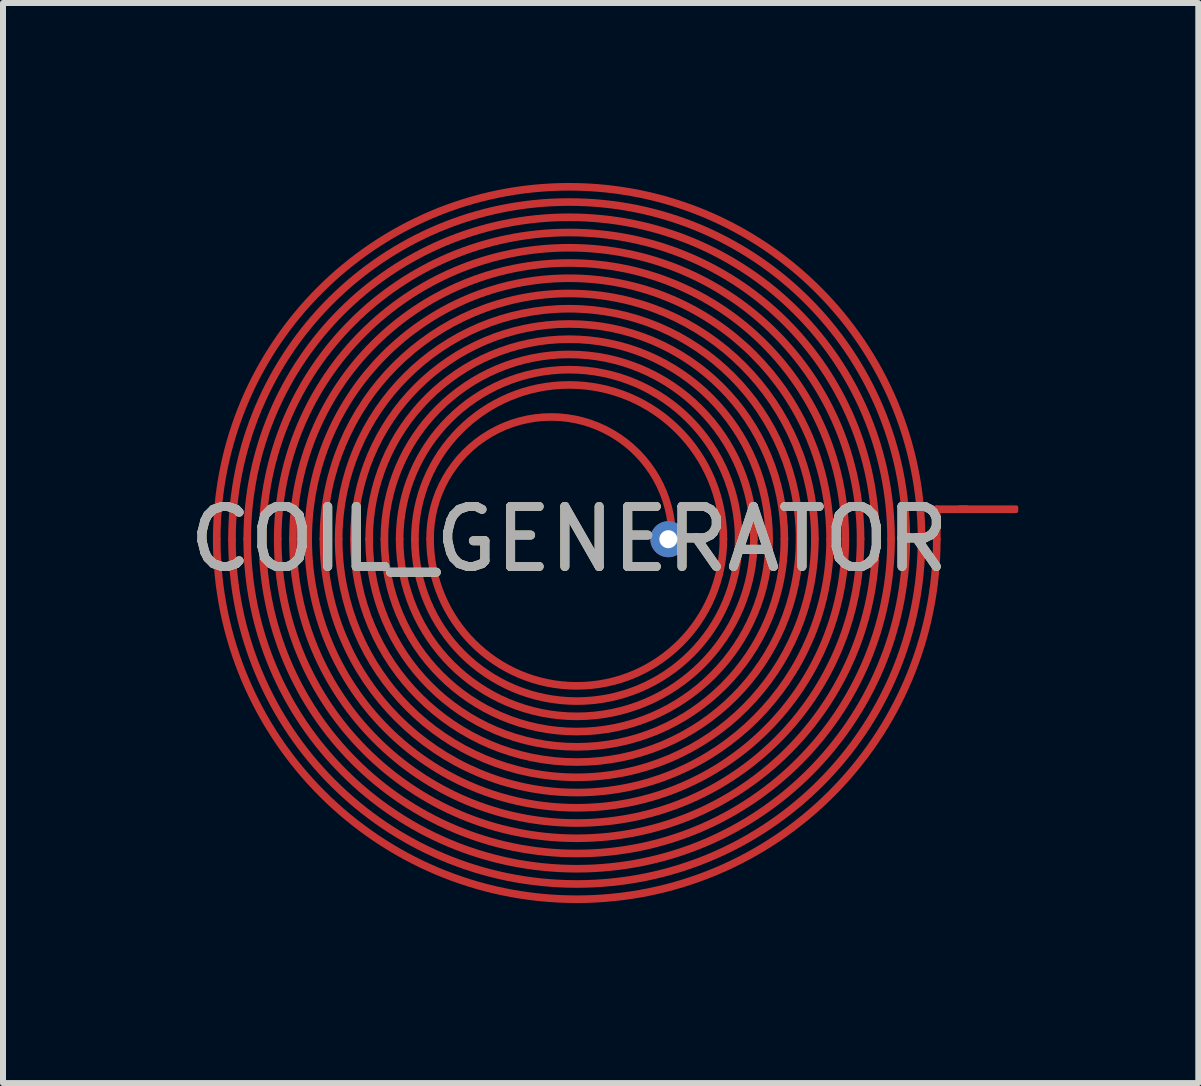
<source format=kicad_pcb>
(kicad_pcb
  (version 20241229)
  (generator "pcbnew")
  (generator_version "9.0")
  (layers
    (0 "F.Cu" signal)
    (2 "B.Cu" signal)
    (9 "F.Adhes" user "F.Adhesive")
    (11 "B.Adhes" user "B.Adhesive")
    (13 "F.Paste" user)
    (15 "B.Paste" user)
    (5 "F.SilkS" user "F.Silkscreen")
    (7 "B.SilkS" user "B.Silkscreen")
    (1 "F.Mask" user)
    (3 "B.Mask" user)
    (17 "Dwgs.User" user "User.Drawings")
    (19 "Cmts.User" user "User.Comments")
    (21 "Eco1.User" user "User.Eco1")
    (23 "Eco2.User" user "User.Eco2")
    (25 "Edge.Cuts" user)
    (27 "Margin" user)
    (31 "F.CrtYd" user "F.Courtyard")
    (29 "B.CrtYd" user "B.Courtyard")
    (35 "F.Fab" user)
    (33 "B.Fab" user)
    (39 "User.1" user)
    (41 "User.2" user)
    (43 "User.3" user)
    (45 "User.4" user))
  (footprint "COIL_GENERATOR"
    (layer "F.Cu")
    (at 6.435 5.936)
    (property "Reference" "COIL_GENERATOR" (at 0 0 0) (unlocked yes) (layer "F.SilkS") (effects (font (size 1 1) (thickness 0.15))))
    (attr smd)
    (fp_line (start 6.127 -0.5) (end 6.627 -0.5) (stroke (width 0.127) (type solid)) (layer "F.Cu"))
    (fp_line (start 6.127 0) (end 6.127 -0.5) (stroke (width 0.127) (type solid)) (layer "F.Cu"))
    (fp_arc (start -5.873 0) (mid 0 -5.873) (end 5.873 0) (stroke (width 0.127) (type solid)) (layer "F.Cu"))
    (fp_arc (start -5.619 0) (mid 0 -5.619) (end 5.619 0) (stroke (width 0.127) (type solid)) (layer "F.Cu"))
    (fp_arc (start -5.365 0) (mid 0 -5.365) (end 5.365 0) (stroke (width 0.127) (type solid)) (layer "F.Cu"))
    (fp_arc (start -5.111 0) (mid 0 -5.111) (end 5.111 0) (stroke (width 0.127) (type solid)) (layer "F.Cu"))
    (fp_arc (start -4.857 0) (mid 0 -4.857) (end 4.857 0) (stroke (width 0.127) (type solid)) (layer "F.Cu"))
    (fp_arc (start -4.603 0) (mid 0 -4.603) (end 4.603 0) (stroke (width 0.127) (type solid)) (layer "F.Cu"))
    (fp_arc (start -4.349 0) (mid 0 -4.349) (end 4.349 0) (stroke (width 0.127) (type solid)) (layer "F.Cu"))
    (fp_arc (start -4.095 0) (mid 0 -4.095) (end 4.095 0) (stroke (width 0.127) (type solid)) (layer "F.Cu"))
    (fp_arc (start -3.841 0) (mid 0 -3.841) (end 3.841 0) (stroke (width 0.127) (type solid)) (layer "F.Cu"))
    (fp_arc (start -3.587 0) (mid 0 -3.587) (end 3.587 0) (stroke (width 0.127) (type solid)) (layer "F.Cu"))
    (fp_arc (start -3.333 0) (mid 0 -3.333) (end 3.333 0) (stroke (width 0.127) (type solid)) (layer "F.Cu"))
    (fp_arc (start -3.079 0) (mid 0 -3.079) (end 3.079 0) (stroke (width 0.127) (type solid)) (layer "F.Cu"))
    (fp_arc (start -2.825 0) (mid 0 -2.825) (end 2.825 0) (stroke (width 0.127) (type solid)) (layer "F.Cu"))
    (fp_arc (start -2.571 0) (mid 0 -2.571) (end 2.571 0) (stroke (width 0.127) (type solid)) (layer "F.Cu"))
    (fp_arc (start -2.317 0) (mid -0.6 -2.017) (end 1.717 0) (stroke (width 0.127) (type solid)) (layer "F.Cu"))
    (fp_arc (start 2.571 0) (mid -0.127 2.444) (end -2.317 0) (stroke (width 0.127) (type solid)) (layer "F.Cu"))
    (fp_arc (start 2.825 0) (mid 0.127 2.698) (end -2.571 0) (stroke (width 0.127) (type solid)) (layer "F.Cu"))
    (fp_arc (start 3.079 0) (mid 0.127 2.952) (end -2.825 0) (stroke (width 0.127) (type solid)) (layer "F.Cu"))
    (fp_arc (start 3.333 0) (mid 0.127 3.206) (end -3.079 0) (stroke (width 0.127) (type solid)) (layer "F.Cu"))
    (fp_arc (start 3.587 0) (mid 0.127 3.46) (end -3.333 0) (stroke (width 0.127) (type solid)) (layer "F.Cu"))
    (fp_arc (start 3.841 0) (mid 0.127 3.714) (end -3.587 0) (stroke (width 0.127) (type solid)) (layer "F.Cu"))
    (fp_arc (start 4.095 0) (mid 0.127 3.968) (end -3.841 0) (stroke (width 0.127) (type solid)) (layer "F.Cu"))
    (fp_arc (start 4.349 0) (mid 0.127 4.222) (end -4.095 0) (stroke (width 0.127) (type solid)) (layer "F.Cu"))
    (fp_arc (start 4.603 0) (mid 0.127 4.476) (end -4.349 0) (stroke (width 0.127) (type solid)) (layer "F.Cu"))
    (fp_arc (start 4.857 0) (mid 0.127 4.73) (end -4.603 0) (stroke (width 0.127) (type solid)) (layer "F.Cu"))
    (fp_arc (start 5.111 0) (mid 0.127 4.984) (end -4.857 0) (stroke (width 0.127) (type solid)) (layer "F.Cu"))
    (fp_arc (start 5.365 0) (mid 0.127 5.238) (end -5.111 0) (stroke (width 0.127) (type solid)) (layer "F.Cu"))
    (fp_arc (start 5.619 0) (mid 0.127 5.492) (end -5.365 0) (stroke (width 0.127) (type solid)) (layer "F.Cu"))
    (fp_arc (start 5.873 0) (mid 0.127 5.746) (end -5.619 0) (stroke (width 0.127) (type solid)) (layer "F.Cu"))
    (fp_arc (start 6.127 0) (mid 0.127 6) (end -5.873 0) (stroke (width 0.127) (type solid)) (layer "F.Cu"))
    (fp_text user "${REFERENCE}" (at 0 0 0) (unlocked yes) (layer "F.Fab") (effects (font (size 1 1) (thickness 0.15))))
    (pad "" thru_hole circle (at 1.653 0) (size 0.6 0.6) (drill 0.3) (layers "*.Cu" "*.Mask"))
    (pad "1" smd roundrect (at 6.977 -0.5) (size 1.016 0.127) (layers "F.Cu") (roundrect_rratio 0.25)))
  (gr_rect
    (start -3 -3)
    (end 16.92 15)
    (stroke (width 0.1) (type default))
    (fill no)
    (layer "Edge.Cuts")))
</source>
